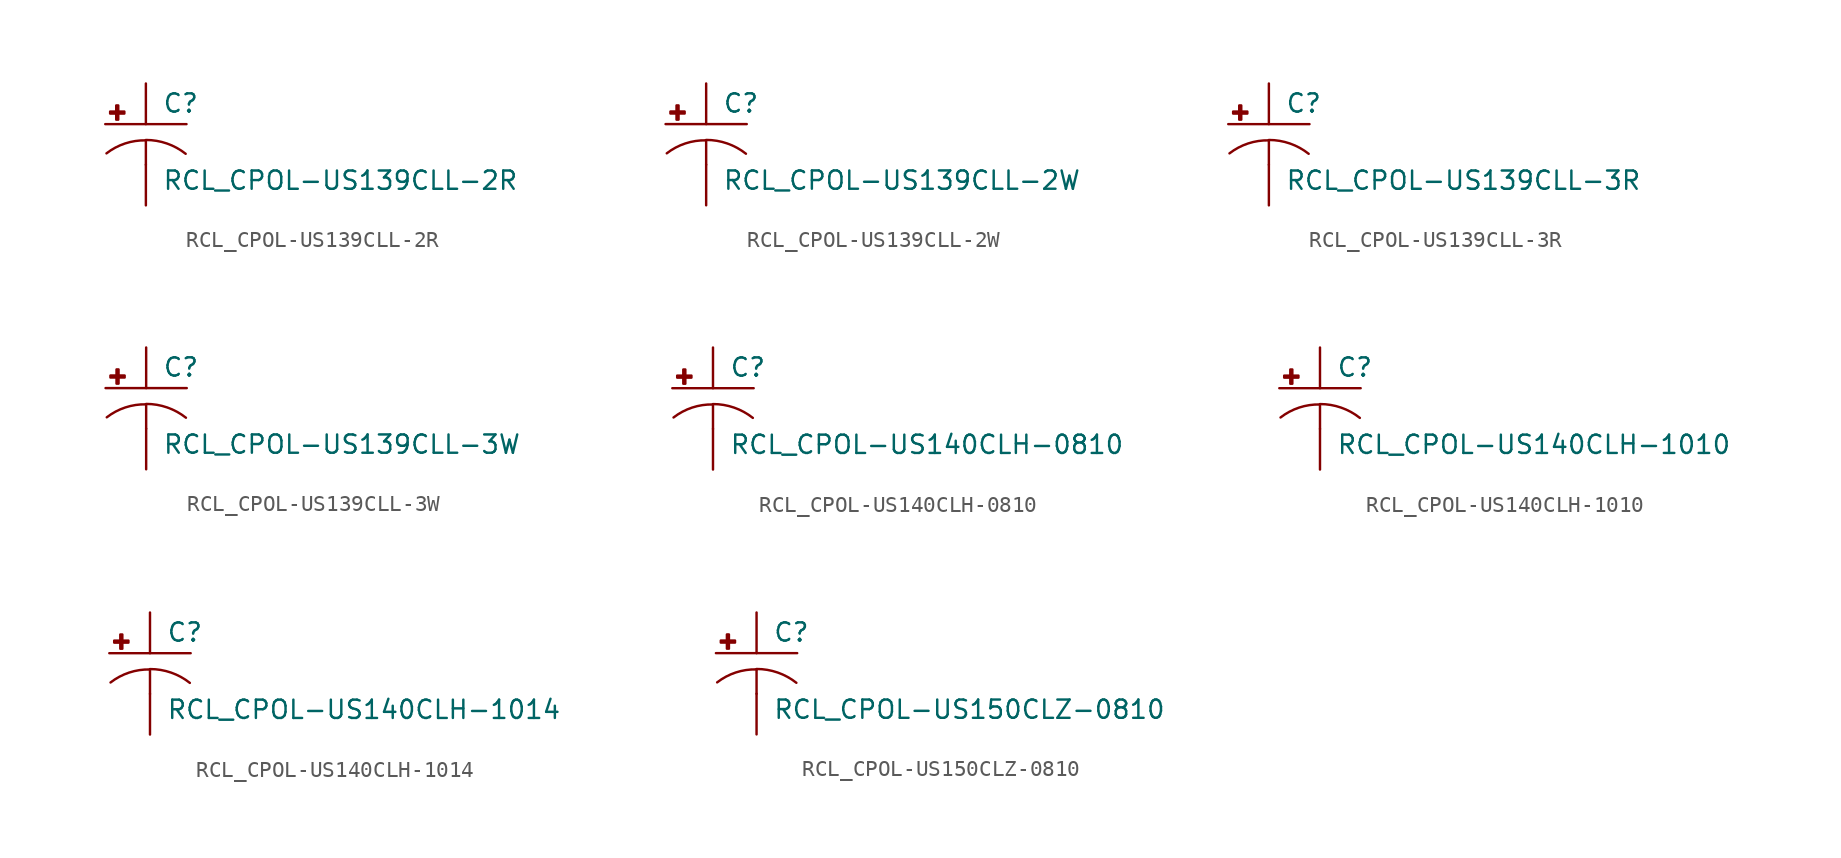
<source format=kicad_sym>
(kicad_symbol_lib
  (version 20210619)
  (generator kicad_symbol_editor)
  (symbol "RCL_CPOL-US139CLL-2R"
    (pin_numbers hide)
    (pin_names
      (offset 1.016) hide)
    (property "Reference" "C"
      (at 1.016 0.635 0)
      (effects (font (size 1.143 1.143)) (justify left bottom)))
    (property "Value" "RCL_CPOL-US139CLL-2R"
      (at 1.016 -4.191 0)
      (effects (font (size 1.143 1.143)) (justify left bottom)))
    (property "ki_locked" ""
      (at 0 0 0)
      (effects (font (size 1.27 1.27))))
    (symbol "RCL_CPOL-US139CLL-2R_1_0"
      (polyline (pts (xy -2.54 0) (xy 2.54 0)) (stroke (width 0)) (fill (type none)))
      (polyline (pts (xy 0 -1.016) (xy 0 -2.54)) (stroke (width 0)) (fill (type none)))
      (polyline (pts (xy 0 -1.016) (xy 0 -1.016)) (stroke (width 0)) (fill (type none))))
    (symbol "RCL_CPOL-US139CLL-2R_1_1"
      (arc (start 0 -1.016) (end -2.4638 -1.8288) (radius (at 0 -5.0546) (length 4.0386) (angles 90.1 127.3)) (stroke (width 0)) (fill (type none)))
      (arc (start 2.4892 -1.8542) (end 0 -0.9906) (radius (at 0 -5.0292) (length 4.0386) (angles 52.3 89.9)) (stroke (width 0)) (fill (type none)))
      (rectangle (start -2.235 0.66) (end -1.346 0.787) (stroke (width 0)) (fill (type outline)))
      (rectangle (start -1.854 0.279) (end -1.727 1.168) (stroke (width 0)) (fill (type outline)))
      (pin passive line (at 0 2.54 270) (length 2.54) (name "+" (effects (font (size 1.016 1.016)))) (number "+" (effects (font (size 1.016 1.016)))))
      (pin passive line (at 0 -5.08 90) (length 2.54) (name "-" (effects (font (size 1.016 1.016)))) (number "-" (effects (font (size 1.016 1.016)))))))
  (symbol "RCL_CPOL-US139CLL-2W"
    (pin_numbers hide)
    (pin_names
      (offset 1.016) hide)
    (property "Reference" "C"
      (at 1.016 0.635 0)
      (effects (font (size 1.143 1.143)) (justify left bottom)))
    (property "Value" "RCL_CPOL-US139CLL-2W"
      (at 1.016 -4.191 0)
      (effects (font (size 1.143 1.143)) (justify left bottom)))
    (property "ki_locked" ""
      (at 0 0 0)
      (effects (font (size 1.27 1.27))))
    (symbol "RCL_CPOL-US139CLL-2W_1_0"
      (polyline (pts (xy -2.54 0) (xy 2.54 0)) (stroke (width 0)) (fill (type none)))
      (polyline (pts (xy 0 -1.016) (xy 0 -2.54)) (stroke (width 0)) (fill (type none)))
      (polyline (pts (xy 0 -1.016) (xy 0 -1.016)) (stroke (width 0)) (fill (type none))))
    (symbol "RCL_CPOL-US139CLL-2W_1_1"
      (arc (start 0 -1.016) (end -2.4638 -1.8288) (radius (at 0 -5.0546) (length 4.0386) (angles 90.1 127.3)) (stroke (width 0)) (fill (type none)))
      (arc (start 2.4892 -1.8542) (end 0 -0.9906) (radius (at 0 -5.0292) (length 4.0386) (angles 52.3 89.9)) (stroke (width 0)) (fill (type none)))
      (rectangle (start -2.235 0.66) (end -1.346 0.787) (stroke (width 0)) (fill (type outline)))
      (rectangle (start -1.854 0.279) (end -1.727 1.168) (stroke (width 0)) (fill (type outline)))
      (pin passive line (at 0 2.54 270) (length 2.54) (name "+" (effects (font (size 1.016 1.016)))) (number "+" (effects (font (size 1.016 1.016)))))
      (pin passive line (at 0 -5.08 90) (length 2.54) (name "-" (effects (font (size 1.016 1.016)))) (number "-" (effects (font (size 1.016 1.016)))))))
  (symbol "RCL_CPOL-US139CLL-3R"
    (pin_numbers hide)
    (pin_names
      (offset 1.016) hide)
    (property "Reference" "C"
      (at 1.016 0.635 0)
      (effects (font (size 1.143 1.143)) (justify left bottom)))
    (property "Value" "RCL_CPOL-US139CLL-3R"
      (at 1.016 -4.191 0)
      (effects (font (size 1.143 1.143)) (justify left bottom)))
    (property "ki_locked" ""
      (at 0 0 0)
      (effects (font (size 1.27 1.27))))
    (symbol "RCL_CPOL-US139CLL-3R_1_0"
      (polyline (pts (xy -2.54 0) (xy 2.54 0)) (stroke (width 0)) (fill (type none)))
      (polyline (pts (xy 0 -1.016) (xy 0 -2.54)) (stroke (width 0)) (fill (type none)))
      (polyline (pts (xy 0 -1.016) (xy 0 -1.016)) (stroke (width 0)) (fill (type none))))
    (symbol "RCL_CPOL-US139CLL-3R_1_1"
      (arc (start 0 -1.016) (end -2.4638 -1.8288) (radius (at 0 -5.0546) (length 4.0386) (angles 90.1 127.3)) (stroke (width 0)) (fill (type none)))
      (arc (start 2.4892 -1.8542) (end 0 -0.9906) (radius (at 0 -5.0292) (length 4.0386) (angles 52.3 89.9)) (stroke (width 0)) (fill (type none)))
      (rectangle (start -2.235 0.66) (end -1.346 0.787) (stroke (width 0)) (fill (type outline)))
      (rectangle (start -1.854 0.279) (end -1.727 1.168) (stroke (width 0)) (fill (type outline)))
      (pin passive line (at 0 2.54 270) (length 2.54) (name "+" (effects (font (size 1.016 1.016)))) (number "+" (effects (font (size 1.016 1.016)))))
      (pin passive line (at 0 -5.08 90) (length 2.54) (name "-" (effects (font (size 1.016 1.016)))) (number "-" (effects (font (size 1.016 1.016)))))))
  (symbol "RCL_CPOL-US139CLL-3W"
    (pin_numbers hide)
    (pin_names
      (offset 1.016) hide)
    (property "Reference" "C"
      (at 1.016 0.635 0)
      (effects (font (size 1.143 1.143)) (justify left bottom)))
    (property "Value" "RCL_CPOL-US139CLL-3W"
      (at 1.016 -4.191 0)
      (effects (font (size 1.143 1.143)) (justify left bottom)))
    (property "ki_locked" ""
      (at 0 0 0)
      (effects (font (size 1.27 1.27))))
    (symbol "RCL_CPOL-US139CLL-3W_1_0"
      (polyline (pts (xy -2.54 0) (xy 2.54 0)) (stroke (width 0)) (fill (type none)))
      (polyline (pts (xy 0 -1.016) (xy 0 -2.54)) (stroke (width 0)) (fill (type none)))
      (polyline (pts (xy 0 -1.016) (xy 0 -1.016)) (stroke (width 0)) (fill (type none))))
    (symbol "RCL_CPOL-US139CLL-3W_1_1"
      (arc (start 0 -1.016) (end -2.4638 -1.8288) (radius (at 0 -5.0546) (length 4.0386) (angles 90.1 127.3)) (stroke (width 0)) (fill (type none)))
      (arc (start 2.4892 -1.8542) (end 0 -0.9906) (radius (at 0 -5.0292) (length 4.0386) (angles 52.3 89.9)) (stroke (width 0)) (fill (type none)))
      (rectangle (start -2.235 0.66) (end -1.346 0.787) (stroke (width 0)) (fill (type outline)))
      (rectangle (start -1.854 0.279) (end -1.727 1.168) (stroke (width 0)) (fill (type outline)))
      (pin passive line (at 0 2.54 270) (length 2.54) (name "+" (effects (font (size 1.016 1.016)))) (number "+" (effects (font (size 1.016 1.016)))))
      (pin passive line (at 0 -5.08 90) (length 2.54) (name "-" (effects (font (size 1.016 1.016)))) (number "-" (effects (font (size 1.016 1.016)))))))
  (symbol "RCL_CPOL-US140CLH-0810"
    (pin_numbers hide)
    (pin_names
      (offset 1.016) hide)
    (property "Reference" "C"
      (at 1.016 0.635 0)
      (effects (font (size 1.143 1.143)) (justify left bottom)))
    (property "Value" "RCL_CPOL-US140CLH-0810"
      (at 1.016 -4.191 0)
      (effects (font (size 1.143 1.143)) (justify left bottom)))
    (property "ki_locked" ""
      (at 0 0 0)
      (effects (font (size 1.27 1.27))))
    (symbol "RCL_CPOL-US140CLH-0810_1_0"
      (polyline (pts (xy -2.54 0) (xy 2.54 0)) (stroke (width 0)) (fill (type none)))
      (polyline (pts (xy 0 -1.016) (xy 0 -2.54)) (stroke (width 0)) (fill (type none)))
      (polyline (pts (xy 0 -1.016) (xy 0 -1.016)) (stroke (width 0)) (fill (type none))))
    (symbol "RCL_CPOL-US140CLH-0810_1_1"
      (arc (start 0 -1.016) (end -2.4638 -1.8288) (radius (at 0 -5.0546) (length 4.0386) (angles 90.1 127.3)) (stroke (width 0)) (fill (type none)))
      (arc (start 2.4892 -1.8542) (end 0 -0.9906) (radius (at 0 -5.0292) (length 4.0386) (angles 52.3 89.9)) (stroke (width 0)) (fill (type none)))
      (rectangle (start -2.235 0.66) (end -1.346 0.787) (stroke (width 0)) (fill (type outline)))
      (rectangle (start -1.854 0.279) (end -1.727 1.168) (stroke (width 0)) (fill (type outline)))
      (pin passive line (at 0 2.54 270) (length 2.54) (name "+" (effects (font (size 1.016 1.016)))) (number "+" (effects (font (size 1.016 1.016)))))
      (pin passive line (at 0 -5.08 90) (length 2.54) (name "-" (effects (font (size 1.016 1.016)))) (number "-" (effects (font (size 1.016 1.016)))))))
  (symbol "RCL_CPOL-US140CLH-1010"
    (pin_numbers hide)
    (pin_names
      (offset 1.016) hide)
    (property "Reference" "C"
      (at 1.016 0.635 0)
      (effects (font (size 1.143 1.143)) (justify left bottom)))
    (property "Value" "RCL_CPOL-US140CLH-1010"
      (at 1.016 -4.191 0)
      (effects (font (size 1.143 1.143)) (justify left bottom)))
    (property "ki_locked" ""
      (at 0 0 0)
      (effects (font (size 1.27 1.27))))
    (symbol "RCL_CPOL-US140CLH-1010_1_0"
      (polyline (pts (xy -2.54 0) (xy 2.54 0)) (stroke (width 0)) (fill (type none)))
      (polyline (pts (xy 0 -1.016) (xy 0 -2.54)) (stroke (width 0)) (fill (type none)))
      (polyline (pts (xy 0 -1.016) (xy 0 -1.016)) (stroke (width 0)) (fill (type none))))
    (symbol "RCL_CPOL-US140CLH-1010_1_1"
      (arc (start 0 -1.016) (end -2.4638 -1.8288) (radius (at 0 -5.0546) (length 4.0386) (angles 90.1 127.3)) (stroke (width 0)) (fill (type none)))
      (arc (start 2.4892 -1.8542) (end 0 -0.9906) (radius (at 0 -5.0292) (length 4.0386) (angles 52.3 89.9)) (stroke (width 0)) (fill (type none)))
      (rectangle (start -2.235 0.66) (end -1.346 0.787) (stroke (width 0)) (fill (type outline)))
      (rectangle (start -1.854 0.279) (end -1.727 1.168) (stroke (width 0)) (fill (type outline)))
      (pin passive line (at 0 2.54 270) (length 2.54) (name "+" (effects (font (size 1.016 1.016)))) (number "+" (effects (font (size 1.016 1.016)))))
      (pin passive line (at 0 -5.08 90) (length 2.54) (name "-" (effects (font (size 1.016 1.016)))) (number "-" (effects (font (size 1.016 1.016)))))))
  (symbol "RCL_CPOL-US140CLH-1014"
    (pin_numbers hide)
    (pin_names
      (offset 1.016) hide)
    (property "Reference" "C"
      (at 1.016 0.635 0)
      (effects (font (size 1.143 1.143)) (justify left bottom)))
    (property "Value" "RCL_CPOL-US140CLH-1014"
      (at 1.016 -4.191 0)
      (effects (font (size 1.143 1.143)) (justify left bottom)))
    (property "ki_locked" ""
      (at 0 0 0)
      (effects (font (size 1.27 1.27))))
    (symbol "RCL_CPOL-US140CLH-1014_1_0"
      (polyline (pts (xy -2.54 0) (xy 2.54 0)) (stroke (width 0)) (fill (type none)))
      (polyline (pts (xy 0 -1.016) (xy 0 -2.54)) (stroke (width 0)) (fill (type none)))
      (polyline (pts (xy 0 -1.016) (xy 0 -1.016)) (stroke (width 0)) (fill (type none))))
    (symbol "RCL_CPOL-US140CLH-1014_1_1"
      (arc (start 0 -1.016) (end -2.4638 -1.8288) (radius (at 0 -5.0546) (length 4.0386) (angles 90.1 127.3)) (stroke (width 0)) (fill (type none)))
      (arc (start 2.4892 -1.8542) (end 0 -0.9906) (radius (at 0 -5.0292) (length 4.0386) (angles 52.3 89.9)) (stroke (width 0)) (fill (type none)))
      (rectangle (start -2.235 0.66) (end -1.346 0.787) (stroke (width 0)) (fill (type outline)))
      (rectangle (start -1.854 0.279) (end -1.727 1.168) (stroke (width 0)) (fill (type outline)))
      (pin passive line (at 0 2.54 270) (length 2.54) (name "+" (effects (font (size 1.016 1.016)))) (number "+" (effects (font (size 1.016 1.016)))))
      (pin passive line (at 0 -5.08 90) (length 2.54) (name "-" (effects (font (size 1.016 1.016)))) (number "-" (effects (font (size 1.016 1.016)))))))
  (symbol "RCL_CPOL-US150CLZ-0810"
    (pin_numbers hide)
    (pin_names
      (offset 1.016) hide)
    (property "Reference" "C"
      (at 1.016 0.635 0)
      (effects (font (size 1.143 1.143)) (justify left bottom)))
    (property "Value" "RCL_CPOL-US150CLZ-0810"
      (at 1.016 -4.191 0)
      (effects (font (size 1.143 1.143)) (justify left bottom)))
    (property "ki_locked" ""
      (at 0 0 0)
      (effects (font (size 1.27 1.27))))
    (symbol "RCL_CPOL-US150CLZ-0810_1_0"
      (polyline (pts (xy -2.54 0) (xy 2.54 0)) (stroke (width 0)) (fill (type none)))
      (polyline (pts (xy 0 -1.016) (xy 0 -2.54)) (stroke (width 0)) (fill (type none)))
      (polyline (pts (xy 0 -1.016) (xy 0 -1.016)) (stroke (width 0)) (fill (type none))))
    (symbol "RCL_CPOL-US150CLZ-0810_1_1"
      (arc (start 0 -1.016) (end -2.4638 -1.8288) (radius (at 0 -5.0546) (length 4.0386) (angles 90.1 127.3)) (stroke (width 0)) (fill (type none)))
      (arc (start 2.4892 -1.8542) (end 0 -0.9906) (radius (at 0 -5.0292) (length 4.0386) (angles 52.3 89.9)) (stroke (width 0)) (fill (type none)))
      (rectangle (start -2.235 0.66) (end -1.346 0.787) (stroke (width 0)) (fill (type outline)))
      (rectangle (start -1.854 0.279) (end -1.727 1.168) (stroke (width 0)) (fill (type outline)))
      (pin passive line (at 0 2.54 270) (length 2.54) (name "+" (effects (font (size 1.016 1.016)))) (number "+" (effects (font (size 1.016 1.016)))))
      (pin passive line (at 0 -5.08 90) (length 2.54) (name "-" (effects (font (size 1.016 1.016)))) (number "-" (effects (font (size 1.016 1.016))))))))
</source>
